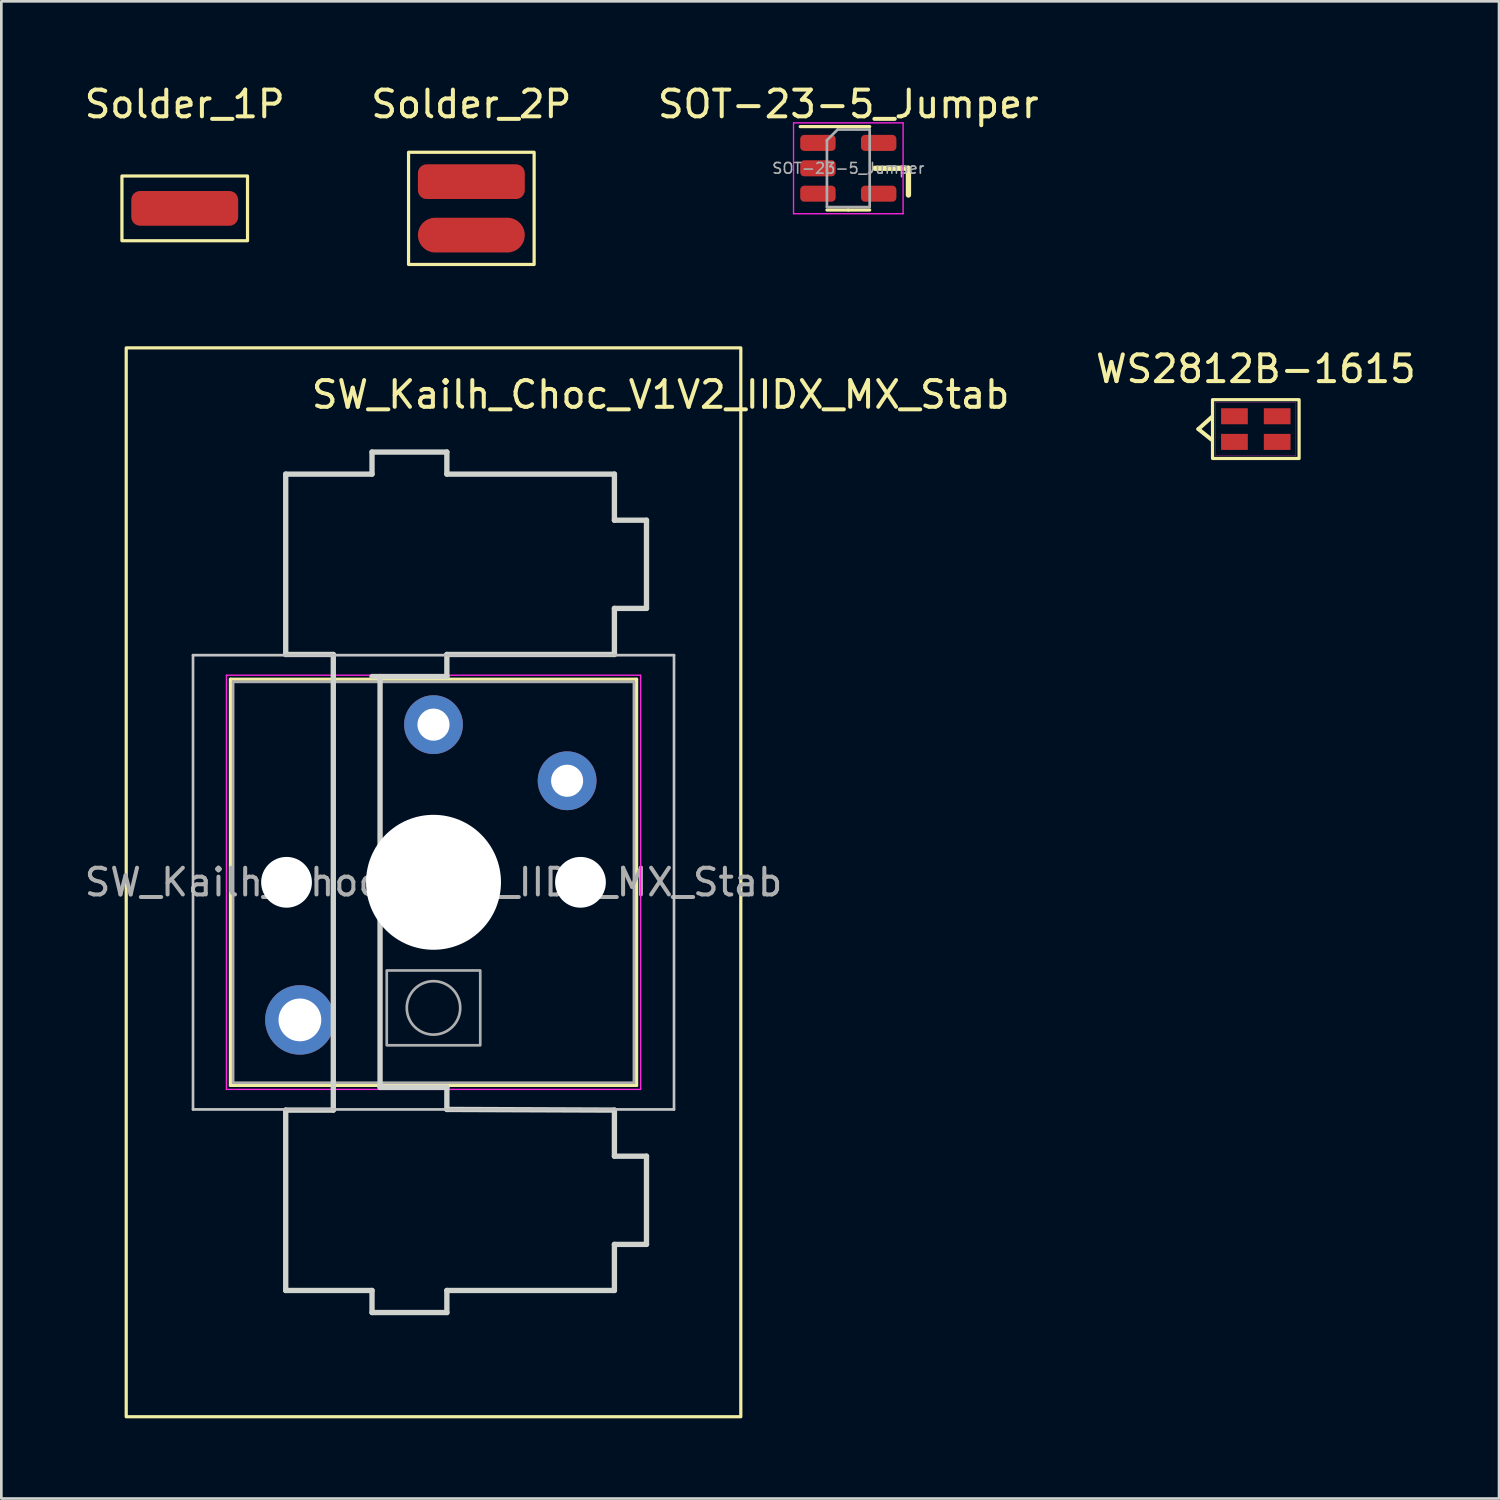
<source format=kicad_pcb>
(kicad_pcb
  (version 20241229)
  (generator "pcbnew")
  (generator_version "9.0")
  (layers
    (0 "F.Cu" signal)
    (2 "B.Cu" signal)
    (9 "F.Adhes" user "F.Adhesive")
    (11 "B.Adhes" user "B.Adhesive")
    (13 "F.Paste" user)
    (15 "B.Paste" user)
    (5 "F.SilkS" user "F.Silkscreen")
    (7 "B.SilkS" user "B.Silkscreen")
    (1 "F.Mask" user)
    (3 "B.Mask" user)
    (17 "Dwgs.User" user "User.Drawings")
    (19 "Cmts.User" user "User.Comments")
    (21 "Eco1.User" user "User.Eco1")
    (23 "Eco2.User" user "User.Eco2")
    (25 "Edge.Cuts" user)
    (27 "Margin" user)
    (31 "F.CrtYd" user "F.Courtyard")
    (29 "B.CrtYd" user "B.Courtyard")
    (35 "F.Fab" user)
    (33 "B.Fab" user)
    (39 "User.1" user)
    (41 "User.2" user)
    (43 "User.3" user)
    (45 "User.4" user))
  (footprint "SW_Kailh_Choc_V1V2_IIDX_MX_Stab"
    (layer "F.Cu")
    (at 13.173 29.968)
    (property "Reference" "SW_Kailh_Choc_V1V2_IIDX_MX_Stab" (at 8.5 -18.25 0) (layer "F.SilkS") (effects (font (size 1 1) (thickness 0.15))))
    (attr through_hole)
    (fp_line (start -7.6 -7.6) (end -7.6 7.6) (stroke (width 0.12) (type solid)) (layer "F.SilkS"))
    (fp_line (start -7.6 7.6) (end 7.6 7.6) (stroke (width 0.12) (type solid)) (layer "F.SilkS"))
    (fp_line (start 7.6 -7.6) (end -7.6 -7.6) (stroke (width 0.12) (type solid)) (layer "F.SilkS"))
    (fp_line (start 7.6 7.6) (end 7.6 -7.6) (stroke (width 0.12) (type solid)) (layer "F.SilkS"))
    (fp_rect (start -11.5 -20) (end 11.5 20) (stroke (width 0.12) (type solid)) (fill no) (layer "F.SilkS"))
    (fp_line (start -9 -8.5) (end -9 8.5) (stroke (width 0.1) (type solid)) (layer "Dwgs.User"))
    (fp_line (start -9 8.5) (end 9 8.5) (stroke (width 0.1) (type solid)) (layer "Dwgs.User"))
    (fp_line (start 9 -8.5) (end -9 -8.5) (stroke (width 0.1) (type solid)) (layer "Dwgs.User"))
    (fp_line (start 9 8.5) (end 9 -8.5) (stroke (width 0.1) (type solid)) (layer "Dwgs.User"))
    (fp_line (start -7.25 -7.25) (end -7.25 7.25) (stroke (width 0.1) (type solid)) (layer "Eco1.User"))
    (fp_line (start -7.25 7.25) (end 7.25 7.25) (stroke (width 0.1) (type solid)) (layer "Eco1.User"))
    (fp_line (start 7.25 -7.25) (end -7.25 -7.25) (stroke (width 0.1) (type solid)) (layer "Eco1.User"))
    (fp_line (start 7.25 7.25) (end 7.25 -7.25) (stroke (width 0.1) (type solid)) (layer "Eco1.User"))
    (fp_line (start -5.531 -15.275) (end -5.531 -8.526) (stroke (width 0.2) (type solid)) (layer "Edge.Cuts"))
    (fp_line (start -5.531 -8.526) (end -3.75 -8.526) (stroke (width 0.2) (type solid)) (layer "Edge.Cuts"))
    (fp_line (start -5.531 8.525) (end -5.531 15.275) (stroke (width 0.2) (type solid)) (layer "Edge.Cuts"))
    (fp_line (start -5.531 15.275) (end -2.301 15.275) (stroke (width 0.2) (type solid)) (layer "Edge.Cuts"))
    (fp_line (start -3.75 8.525) (end -5.531 8.525) (stroke (width 0.2) (type solid)) (layer "Edge.Cuts"))
    (fp_line (start -3.75 8.525) (end -3.75 -8.526) (stroke (width 0.2) (type solid)) (layer "Edge.Cuts"))
    (fp_line (start -2.301 -16.101) (end -2.301 -15.275) (stroke (width 0.2) (type solid)) (layer "Edge.Cuts"))
    (fp_line (start -2.301 -15.275) (end -5.531 -15.275) (stroke (width 0.2) (type solid)) (layer "Edge.Cuts"))
    (fp_line (start -2.301 -7.7) (end 0.5 -7.7) (stroke (width 0.2) (type solid)) (layer "Edge.Cuts"))
    (fp_line (start -2.301 15.275) (end -2.301 16.1) (stroke (width 0.2) (type solid)) (layer "Edge.Cuts"))
    (fp_line (start -2.301 16.1) (end 0.5 16.1) (stroke (width 0.2) (type solid)) (layer "Edge.Cuts"))
    (fp_line (start -2 7.674) (end -2 -7.7) (stroke (width 0.2) (type solid)) (layer "Edge.Cuts"))
    (fp_line (start 0.5 -16.101) (end -2.301 -16.101) (stroke (width 0.2) (type solid)) (layer "Edge.Cuts"))
    (fp_line (start 0.5 -15.275) (end 0.5 -16.101) (stroke (width 0.2) (type solid)) (layer "Edge.Cuts"))
    (fp_line (start 0.5 -8.526) (end 6.77 -8.526) (stroke (width 0.2) (type solid)) (layer "Edge.Cuts"))
    (fp_line (start 0.5 -7.7) (end 0.5 -8.526) (stroke (width 0.2) (type solid)) (layer "Edge.Cuts"))
    (fp_line (start 0.5 15.275) (end 6.77 15.275) (stroke (width 0.2) (type solid)) (layer "Edge.Cuts"))
    (fp_line (start 0.5 16.1) (end 0.5 15.275) (stroke (width 0.2) (type solid)) (layer "Edge.Cuts"))
    (fp_line (start 0.5 7.674) (end -2 7.674) (stroke (width 0.2) (type solid)) (layer "Edge.Cuts"))
    (fp_line (start 0.5 8.5) (end 0.5 7.674) (stroke (width 0.2) (type solid)) (layer "Edge.Cuts"))
    (fp_line (start 6.77 -15.275) (end 0.5 -15.275) (stroke (width 0.2) (type solid)) (layer "Edge.Cuts"))
    (fp_line (start 6.77 -13.55) (end 6.77 -15.275) (stroke (width 0.2) (type solid)) (layer "Edge.Cuts"))
    (fp_line (start 6.77 -10.251) (end 7.97 -10.251) (stroke (width 0.2) (type solid)) (layer "Edge.Cuts"))
    (fp_line (start 6.77 -8.526) (end 6.77 -10.251) (stroke (width 0.2) (type solid)) (layer "Edge.Cuts"))
    (fp_line (start 6.77 8.525) (end 0.5 8.5) (stroke (width 0.2) (type solid)) (layer "Edge.Cuts"))
    (fp_line (start 6.77 10.25) (end 6.77 8.525) (stroke (width 0.2) (type solid)) (layer "Edge.Cuts"))
    (fp_line (start 6.77 13.55) (end 7.97 13.55) (stroke (width 0.2) (type solid)) (layer "Edge.Cuts"))
    (fp_line (start 6.77 15.275) (end 6.77 13.55) (stroke (width 0.2) (type solid)) (layer "Edge.Cuts"))
    (fp_line (start 7.97 -13.55) (end 6.77 -13.55) (stroke (width 0.2) (type solid)) (layer "Edge.Cuts"))
    (fp_line (start 7.97 -10.251) (end 7.97 -13.55) (stroke (width 0.2) (type solid)) (layer "Edge.Cuts"))
    (fp_line (start 7.97 10.25) (end 6.77 10.25) (stroke (width 0.2) (type solid)) (layer "Edge.Cuts"))
    (fp_line (start 7.97 13.55) (end 7.97 10.25) (stroke (width 0.2) (type solid)) (layer "Edge.Cuts"))
    (fp_line (start -7.75 -7.75) (end -7.75 7.75) (stroke (width 0.05) (type solid)) (layer "F.CrtYd"))
    (fp_line (start -7.75 7.75) (end 7.75 7.75) (stroke (width 0.05) (type solid)) (layer "F.CrtYd"))
    (fp_line (start 7.75 -7.75) (end -7.75 -7.75) (stroke (width 0.05) (type solid)) (layer "F.CrtYd"))
    (fp_line (start 7.75 7.75) (end 7.75 -7.75) (stroke (width 0.05) (type solid)) (layer "F.CrtYd"))
    (fp_line (start -7.5 -7.5) (end -7.5 7.5) (stroke (width 0.1) (type solid)) (layer "F.Fab"))
    (fp_line (start -7.5 7.5) (end 7.5 7.5) (stroke (width 0.1) (type solid)) (layer "F.Fab"))
    (fp_line (start 7.5 -7.5) (end -7.5 -7.5) (stroke (width 0.1) (type solid)) (layer "F.Fab"))
    (fp_line (start 7.5 7.5) (end 7.5 -7.5) (stroke (width 0.1) (type solid)) (layer "F.Fab"))
    (fp_rect (start -1.75 3.3) (end 1.75 6.1) (stroke (width 0.1) (type solid)) (fill no) (layer "F.Fab"))
    (fp_circle (center 0 4.7) (end 1 4.7) (stroke (width 0.1) (type solid)) (fill no) (layer "F.Fab"))
    (fp_text user "${REFERENCE}" (at 0 0 0) (layer "F.Fab") (effects (font (size 1 1) (thickness 0.15))))
    (pad "" np_thru_hole circle (at -5.5 0) (size 1.9 1.9) (drill 1.9) (layers "*.Cu" "*.Mask"))
    (pad "" smd circle (at -5 5.15) (size 1.65 1.65) (layers "F.Mask"))
    (pad "" thru_hole circle (at -5 5.15) (size 2.6 2.6) (drill 1.6) (layers "*.Cu" "B.Mask"))
    (pad "" smd circle (at 0 -5.9) (size 1.25 1.25) (layers "F.Mask"))
    (pad "" np_thru_hole circle (at 0 0) (size 5.05 5.05) (drill 5.05) (layers "*.Cu" "*.Mask"))
    (pad "" smd circle (at 5 -3.8) (size 1.25 1.25) (layers "F.Mask"))
    (pad "" np_thru_hole circle (at 5.5 0) (size 1.9 1.9) (drill 1.9) (layers "*.Cu" "*.Mask"))
    (pad "1" thru_hole circle (at 0 -5.9) (size 2.2 2.2) (drill 1.2) (layers "*.Cu" "B.Mask"))
    (pad "2" thru_hole circle (at 5 -3.8) (size 2.2 2.2) (drill 1.2) (layers "*.Cu" "B.Mask")))
  (footprint "WS2812B-1615"
    (layer "F.Cu")
    (at 43.946 13.007)
    (property "Reference" "WS2812B-1615" (at 0 -2.25 0) (unlocked yes) (layer "F.SilkS") (effects (font (size 1 1) (thickness 0.15))))
    (attr smd)
    (fp_line (start -2.15 0) (end -1.65 -0.45) (stroke (width 0.15) (type solid)) (layer "F.SilkS"))
    (fp_line (start -2.15 0) (end -1.65 0.4) (stroke (width 0.15) (type solid)) (layer "F.SilkS"))
    (fp_rect (start -1.62 -1.1) (end 1.62 1.1) (stroke (width 0.12) (type solid)) (fill no) (layer "F.SilkS"))
    (fp_line (start -1.5 -1) (end 1.5 -1) (stroke (width 0.01) (type solid)) (layer "F.CrtYd"))
    (fp_line (start -1.5 1) (end -1.5 -1) (stroke (width 0.01) (type solid)) (layer "F.CrtYd"))
    (fp_line (start 1.5 -1) (end 1.5 1) (stroke (width 0.01) (type solid)) (layer "F.CrtYd"))
    (fp_line (start 1.5 1) (end -1.5 1) (stroke (width 0.01) (type solid)) (layer "F.CrtYd"))
    (pad "G" smd rect (at -0.8 0.48) (size 1 0.6) (layers "F.Cu" "F.Mask" "F.Paste"))
    (pad "I" smd rect (at 0.8 0.48) (size 1 0.6) (layers "F.Cu" "F.Mask" "F.Paste"))
    (pad "O" smd rect (at -0.8 -0.48) (size 1 0.6) (layers "F.Cu" "F.Mask" "F.Paste"))
    (pad "V" smd rect (at 0.8 -0.48) (size 1 0.6) (layers "F.Cu" "F.Mask" "F.Paste")))
  (footprint "SOT-23-5_Jumper"
    (layer "F.Cu")
    (at 28.696 3.248)
    (property "Reference" "SOT-23-5_Jumper" (at 0 -2.4 0) (layer "F.SilkS") (effects (font (size 1 1) (thickness 0.15))))
    (attr smd)
    (fp_line (start 0 -1.56) (end -1.8 -1.56) (stroke (width 0.12) (type solid)) (layer "F.SilkS"))
    (fp_line (start 0 -1.56) (end 0.8 -1.56) (stroke (width 0.12) (type solid)) (layer "F.SilkS"))
    (fp_line (start 0 1.56) (end -0.8 1.56) (stroke (width 0.12) (type solid)) (layer "F.SilkS"))
    (fp_line (start 0 1.56) (end 0.8 1.56) (stroke (width 0.12) (type solid)) (layer "F.SilkS"))
    (fp_line (start 1 0) (end 2.25 0) (stroke (width 0.2) (type solid)) (layer "F.SilkS"))
    (fp_line (start 2.25 1) (end 2.25 0) (stroke (width 0.2) (type solid)) (layer "F.SilkS"))
    (fp_line (start -2.05 -1.7) (end -2.05 1.7) (stroke (width 0.05) (type solid)) (layer "F.CrtYd"))
    (fp_line (start -2.05 1.7) (end 2.05 1.7) (stroke (width 0.05) (type solid)) (layer "F.CrtYd"))
    (fp_line (start 2.05 -1.7) (end -2.05 -1.7) (stroke (width 0.05) (type solid)) (layer "F.CrtYd"))
    (fp_line (start 2.05 1.7) (end 2.05 -1.7) (stroke (width 0.05) (type solid)) (layer "F.CrtYd"))
    (fp_line (start -0.8 -1.05) (end -0.4 -1.45) (stroke (width 0.1) (type solid)) (layer "F.Fab"))
    (fp_line (start -0.8 1.45) (end -0.8 -1.05) (stroke (width 0.1) (type solid)) (layer "F.Fab"))
    (fp_line (start -0.4 -1.45) (end 0.8 -1.45) (stroke (width 0.1) (type solid)) (layer "F.Fab"))
    (fp_line (start 0.8 -1.45) (end 0.8 1.45) (stroke (width 0.1) (type solid)) (layer "F.Fab"))
    (fp_line (start 0.8 1.45) (end -0.8 1.45) (stroke (width 0.1) (type solid)) (layer "F.Fab"))
    (fp_text user "${REFERENCE}" (at 0 0 0) (layer "F.Fab") (effects (font (size 0.4 0.4) (thickness 0.06))))
    (pad "1" smd roundrect (at -1.137 -0.95) (size 1.325 0.6) (layers "F.Cu" "F.Mask" "F.Paste") (roundrect_rratio 0.25))
    (pad "2" smd roundrect (at -1.137 0) (size 1.325 0.6) (layers "F.Cu" "F.Mask" "F.Paste") (roundrect_rratio 0.25))
    (pad "3" smd roundrect (at -1.137 0.95) (size 1.325 0.6) (layers "F.Cu" "F.Mask" "F.Paste") (roundrect_rratio 0.25))
    (pad "4" smd roundrect (at 1.137 0.95) (size 1.325 0.6) (layers "F.Cu" "F.Mask" "F.Paste") (roundrect_rratio 0.25))
    (pad "5" smd roundrect (at 1.137 -0.95) (size 1.325 0.6) (layers "F.Cu" "F.Mask" "F.Paste") (roundrect_rratio 0.25)))
  (footprint "Solder_1P"
    (layer "F.Cu")
    (at 3.863 4.748)
    (property "Reference" "Solder_1P" (at 0 -3.9 0) (layer "F.SilkS") (effects (font (size 1 1) (thickness 0.15))))
    (attr smd)
    (fp_rect (start -2.35 -1.211) (end 2.35 1.211) (stroke (width 0.12) (type solid)) (fill no) (layer "F.SilkS"))
    (pad "1" smd roundrect (at 0 0) (size 4 1.3) (layers "F.Cu" "F.Mask" "F.Paste") (roundrect_rratio 0.25)))
  (footprint "Solder_2P"
    (layer "F.Cu")
    (at 14.589 4.748)
    (property "Reference" "Solder_2P" (at 0 -3.9 0) (layer "F.SilkS") (effects (font (size 1 1) (thickness 0.15))))
    (attr through_hole)
    (fp_rect (start -2.35 -2.1) (end 2.35 2.1) (stroke (width 0.12) (type solid)) (fill no) (layer "F.SilkS"))
    (pad "1" smd roundrect (at 0 -1) (size 4 1.3) (layers "F.Cu" "F.Mask" "F.Paste") (roundrect_rratio 0.25))
    (pad "2" smd oval (at 0 1) (size 4 1.3) (layers "F.Cu" "F.Mask" "F.Paste")))
  (gr_rect
    (start -3 -3)
    (end 53.048 53.028)
    (stroke (width 0.1) (type default))
    (fill no)
    (layer "Edge.Cuts")))
</source>
